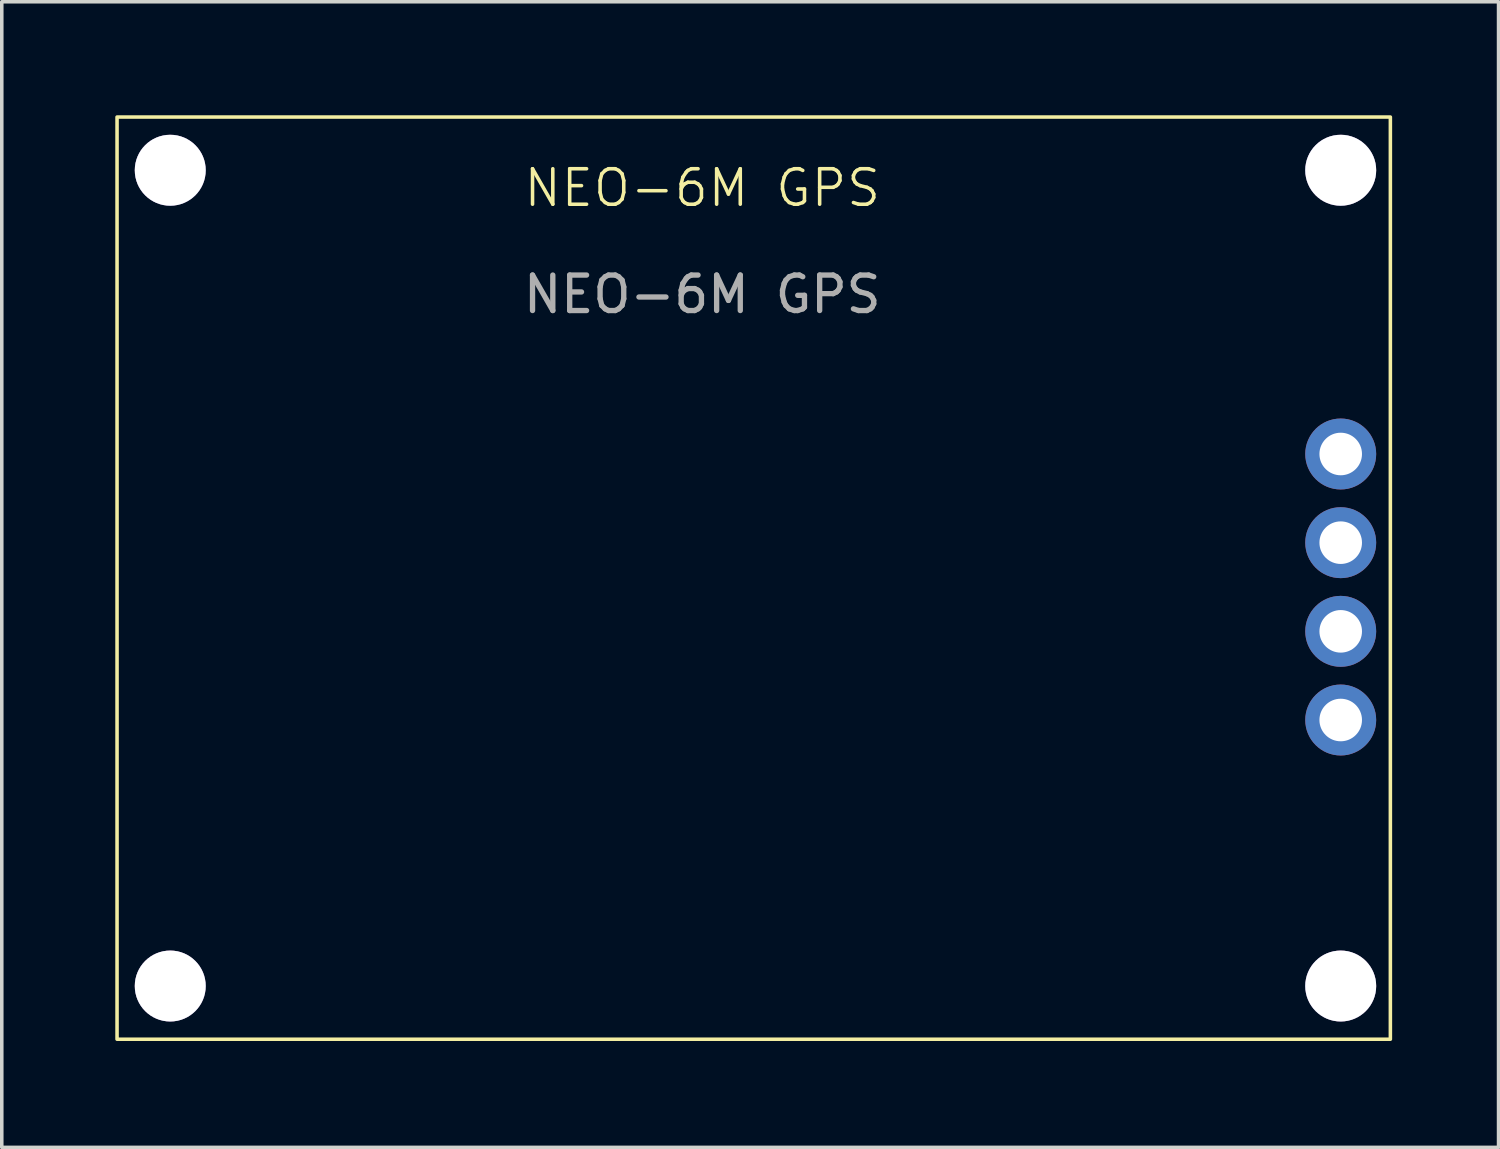
<source format=kicad_pcb>
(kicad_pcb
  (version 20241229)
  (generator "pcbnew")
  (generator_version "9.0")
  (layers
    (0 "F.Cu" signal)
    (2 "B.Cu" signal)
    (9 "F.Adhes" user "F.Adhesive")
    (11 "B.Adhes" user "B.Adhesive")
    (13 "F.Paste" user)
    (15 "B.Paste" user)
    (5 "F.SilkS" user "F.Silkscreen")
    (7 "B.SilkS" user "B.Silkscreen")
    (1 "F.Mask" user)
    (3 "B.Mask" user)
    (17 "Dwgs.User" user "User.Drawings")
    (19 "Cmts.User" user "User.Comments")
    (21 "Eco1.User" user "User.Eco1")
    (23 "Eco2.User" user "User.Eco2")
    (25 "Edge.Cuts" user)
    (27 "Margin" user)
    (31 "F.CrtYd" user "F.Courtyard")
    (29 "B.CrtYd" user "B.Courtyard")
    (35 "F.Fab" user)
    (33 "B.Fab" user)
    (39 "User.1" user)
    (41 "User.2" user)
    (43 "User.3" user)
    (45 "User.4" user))
  (footprint "NEO-6M GPS"
    (layer "F.Cu")
    (at 0.25 0.25)
    (property "Reference" "NEO-6M GPS" (at 16.5 2 0) (unlocked yes) (layer "F.SilkS") (effects (font (size 1 1) (thickness 0.1))))
    (attr through_hole)
    (fp_rect (start 0 26) (end 35.9 0) (stroke (width 0.1) (type solid)) (fill no) (layer "F.SilkS"))
    (fp_text user "${REFERENCE}" (at 16.5 5 0) (unlocked yes) (layer "F.Fab") (effects (font (size 1 1) (thickness 0.15))))
    (pad "" thru_hole circle (at 1.5 1.5) (size 2 2) (drill 2) (layers "*.Cu" "*.Mask"))
    (pad "" thru_hole circle (at 1.5 24.5) (size 2 2) (drill 2) (layers "*.Cu" "*.Mask"))
    (pad "" thru_hole circle (at 34.5 1.5) (size 2 2) (drill 2) (layers "*.Cu" "*.Mask"))
    (pad "" thru_hole circle (at 34.5 24.5) (size 2 2) (drill 2) (layers "*.Cu" "*.Mask"))
    (pad "1" thru_hole circle (at 34.5 9.5) (size 2 2) (drill 1.2) (layers "*.Cu" "*.Mask"))
    (pad "2" thru_hole circle (at 34.5 12) (size 2 2) (drill 1.2) (layers "*.Cu" "*.Mask"))
    (pad "3" thru_hole circle (at 34.5 14.5) (size 2 2) (drill 1.2) (layers "*.Cu" "*.Mask"))
    (pad "4" thru_hole circle (at 34.5 17) (size 2 2) (drill 1.2) (layers "*.Cu" "*.Mask")))
  (gr_rect
    (start -3 -3)
    (end 39.2 29.3)
    (stroke (width 0.1) (type default))
    (fill no)
    (layer "Edge.Cuts")))
</source>
